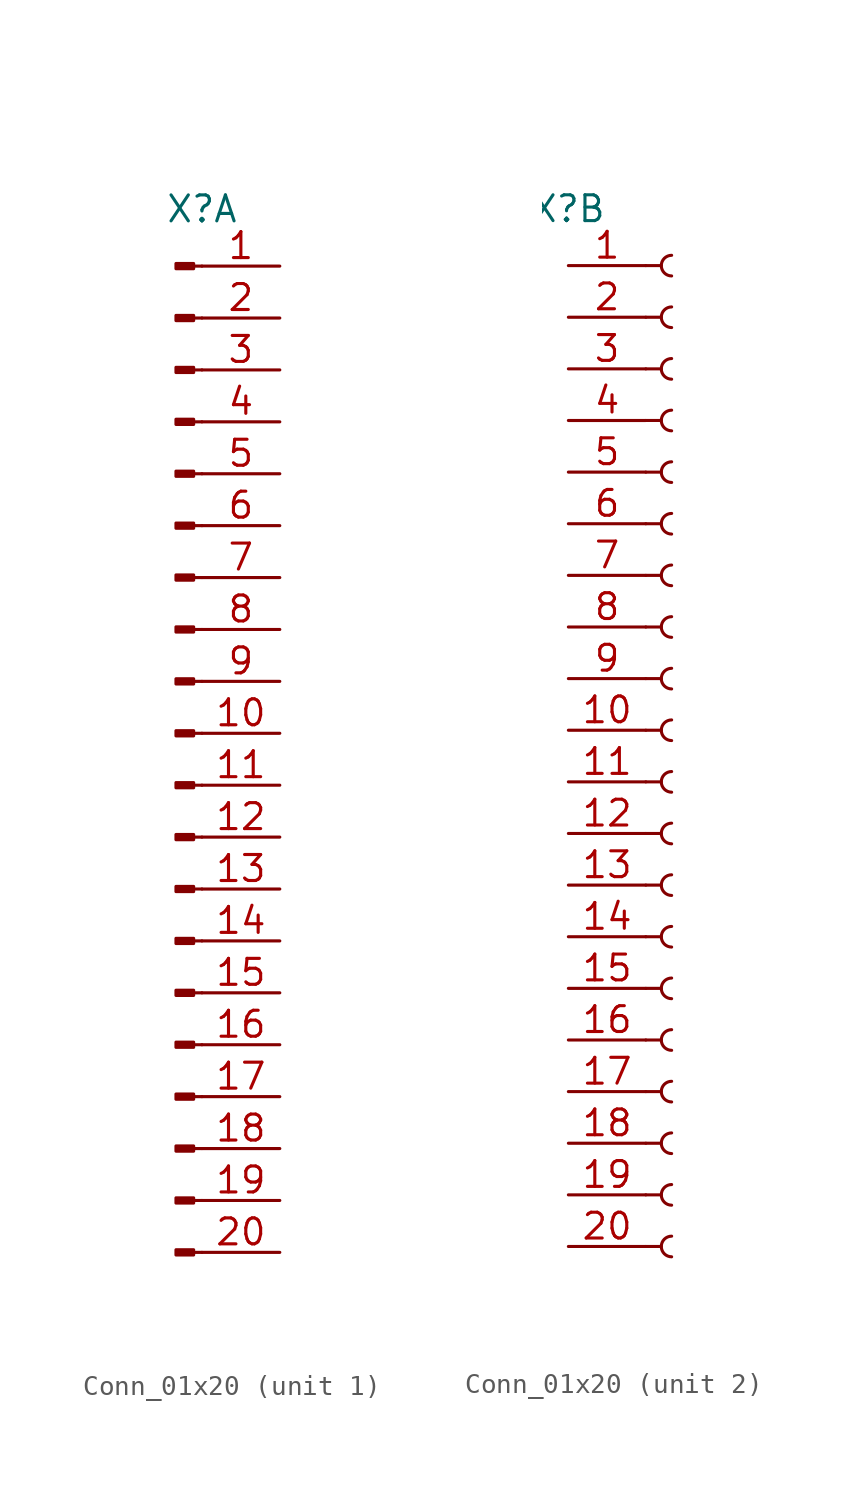
<source format=kicad_sym>
(kicad_symbol_lib
  (version 20241209)
  (generator "kicad_symbol_editor")
  (generator_version "9.0")
  (symbol "Conn_01x20"
    (pin_names
      (offset 1.016)
      (hide yes))
    (property "Reference" "X"
      (at 0 25.654 0)
      (do_not_autoplace)
      (effects (font (size 1.27 1.27))))
    (property "ki_locked" ""
      (at 0 0 0)
      (effects (font (size 1.27 1.27))))
    (symbol "Conn_01x20_1_1"
      (rectangle (start -0.406 22.987) (end -1.27 22.733) (stroke (width 0.152) (type default)) (fill (type outline)))
      (rectangle (start -0.406 20.447) (end -1.27 20.193) (stroke (width 0.152) (type default)) (fill (type outline)))
      (rectangle (start -0.406 17.907) (end -1.27 17.653) (stroke (width 0.152) (type default)) (fill (type outline)))
      (rectangle (start -0.406 15.367) (end -1.27 15.113) (stroke (width 0.152) (type default)) (fill (type outline)))
      (rectangle (start -0.406 12.827) (end -1.27 12.573) (stroke (width 0.152) (type default)) (fill (type outline)))
      (rectangle (start -0.406 10.287) (end -1.27 10.033) (stroke (width 0.152) (type default)) (fill (type outline)))
      (rectangle (start -0.406 7.747) (end -1.27 7.493) (stroke (width 0.152) (type default)) (fill (type outline)))
      (rectangle (start -0.406 5.207) (end -1.27 4.953) (stroke (width 0.152) (type default)) (fill (type outline)))
      (rectangle (start -0.406 2.667) (end -1.27 2.413) (stroke (width 0.152) (type default)) (fill (type outline)))
      (rectangle (start -0.406 0.127) (end -1.27 -0.127) (stroke (width 0.152) (type default)) (fill (type outline)))
      (rectangle (start -0.406 -2.413) (end -1.27 -2.667) (stroke (width 0.152) (type default)) (fill (type outline)))
      (rectangle (start -0.406 -4.953) (end -1.27 -5.207) (stroke (width 0.152) (type default)) (fill (type outline)))
      (rectangle (start -0.406 -7.493) (end -1.27 -7.747) (stroke (width 0.152) (type default)) (fill (type outline)))
      (rectangle (start -0.406 -10.033) (end -1.27 -10.287) (stroke (width 0.152) (type default)) (fill (type outline)))
      (rectangle (start -0.406 -12.573) (end -1.27 -12.827) (stroke (width 0.152) (type default)) (fill (type outline)))
      (rectangle (start -0.406 -15.113) (end -1.27 -15.367) (stroke (width 0.152) (type default)) (fill (type outline)))
      (rectangle (start -0.406 -17.653) (end -1.27 -17.907) (stroke (width 0.152) (type default)) (fill (type outline)))
      (rectangle (start -0.406 -20.193) (end -1.27 -20.447) (stroke (width 0.152) (type default)) (fill (type outline)))
      (rectangle (start -0.406 -22.733) (end -1.27 -22.987) (stroke (width 0.152) (type default)) (fill (type outline)))
      (rectangle (start -0.406 -25.273) (end -1.27 -25.527) (stroke (width 0.152) (type default)) (fill (type outline)))
      (polyline (pts (xy 0 22.86) (xy -0.406 22.86)) (stroke (width 0.152) (type default)) (fill (type none)))
      (polyline (pts (xy 0 20.32) (xy -0.406 20.32)) (stroke (width 0.152) (type default)) (fill (type none)))
      (polyline (pts (xy 0 17.78) (xy -0.406 17.78)) (stroke (width 0.152) (type default)) (fill (type none)))
      (polyline (pts (xy 0 15.24) (xy -0.406 15.24)) (stroke (width 0.152) (type default)) (fill (type none)))
      (polyline (pts (xy 0 12.7) (xy -0.406 12.7)) (stroke (width 0.152) (type default)) (fill (type none)))
      (polyline (pts (xy 0 10.16) (xy -0.406 10.16)) (stroke (width 0.152) (type default)) (fill (type none)))
      (polyline (pts (xy 0 7.62) (xy -0.406 7.62)) (stroke (width 0.152) (type default)) (fill (type none)))
      (polyline (pts (xy 0 5.08) (xy -0.406 5.08)) (stroke (width 0.152) (type default)) (fill (type none)))
      (polyline (pts (xy 0 2.54) (xy -0.406 2.54)) (stroke (width 0.152) (type default)) (fill (type none)))
      (polyline (pts (xy 0 0) (xy -0.406 0)) (stroke (width 0.152) (type default)) (fill (type none)))
      (polyline (pts (xy 0 -2.54) (xy -0.406 -2.54)) (stroke (width 0.152) (type default)) (fill (type none)))
      (polyline (pts (xy 0 -5.08) (xy -0.406 -5.08)) (stroke (width 0.152) (type default)) (fill (type none)))
      (polyline (pts (xy 0 -7.62) (xy -0.406 -7.62)) (stroke (width 0.152) (type default)) (fill (type none)))
      (polyline (pts (xy 0 -10.16) (xy -0.406 -10.16)) (stroke (width 0.152) (type default)) (fill (type none)))
      (polyline (pts (xy 0 -12.7) (xy -0.406 -12.7)) (stroke (width 0.152) (type default)) (fill (type none)))
      (polyline (pts (xy 0 -15.24) (xy -0.406 -15.24)) (stroke (width 0.152) (type default)) (fill (type none)))
      (polyline (pts (xy 0 -17.78) (xy -0.406 -17.78)) (stroke (width 0.152) (type default)) (fill (type none)))
      (polyline (pts (xy 0 -20.32) (xy -0.406 -20.32)) (stroke (width 0.152) (type default)) (fill (type none)))
      (polyline (pts (xy 0 -22.86) (xy -0.406 -22.86)) (stroke (width 0.152) (type default)) (fill (type none)))
      (polyline (pts (xy 0 -25.4) (xy -0.406 -25.4)) (stroke (width 0.152) (type default)) (fill (type none)))
      (pin passive line (at 3.81 22.86 180) (length 3.81) (name "Pin_1" (effects (font (size 1.27 1.27)))) (number "1" (effects (font (size 1.27 1.27)))))
      (pin passive line (at 3.81 20.32 180) (length 3.81) (name "Pin_2" (effects (font (size 1.27 1.27)))) (number "2" (effects (font (size 1.27 1.27)))))
      (pin passive line (at 3.81 17.78 180) (length 3.81) (name "Pin_3" (effects (font (size 1.27 1.27)))) (number "3" (effects (font (size 1.27 1.27)))))
      (pin passive line (at 3.81 15.24 180) (length 3.81) (name "Pin_4" (effects (font (size 1.27 1.27)))) (number "4" (effects (font (size 1.27 1.27)))))
      (pin passive line (at 3.81 12.7 180) (length 3.81) (name "Pin_5" (effects (font (size 1.27 1.27)))) (number "5" (effects (font (size 1.27 1.27)))))
      (pin passive line (at 3.81 10.16 180) (length 3.81) (name "Pin_6" (effects (font (size 1.27 1.27)))) (number "6" (effects (font (size 1.27 1.27)))))
      (pin passive line (at 3.81 7.62 180) (length 3.81) (name "Pin_7" (effects (font (size 1.27 1.27)))) (number "7" (effects (font (size 1.27 1.27)))))
      (pin passive line (at 3.81 5.08 180) (length 3.81) (name "Pin_8" (effects (font (size 1.27 1.27)))) (number "8" (effects (font (size 1.27 1.27)))))
      (pin passive line (at 3.81 2.54 180) (length 3.81) (name "Pin_9" (effects (font (size 1.27 1.27)))) (number "9" (effects (font (size 1.27 1.27)))))
      (pin passive line (at 3.81 0 180) (length 3.81) (name "Pin_10" (effects (font (size 1.27 1.27)))) (number "10" (effects (font (size 1.27 1.27)))))
      (pin passive line (at 3.81 -2.54 180) (length 3.81) (name "Pin_11" (effects (font (size 1.27 1.27)))) (number "11" (effects (font (size 1.27 1.27)))))
      (pin passive line (at 3.81 -5.08 180) (length 3.81) (name "Pin_12" (effects (font (size 1.27 1.27)))) (number "12" (effects (font (size 1.27 1.27)))))
      (pin passive line (at 3.81 -7.62 180) (length 3.81) (name "Pin_13" (effects (font (size 1.27 1.27)))) (number "13" (effects (font (size 1.27 1.27)))))
      (pin passive line (at 3.81 -10.16 180) (length 3.81) (name "Pin_14" (effects (font (size 1.27 1.27)))) (number "14" (effects (font (size 1.27 1.27)))))
      (pin passive line (at 3.81 -12.7 180) (length 3.81) (name "Pin_15" (effects (font (size 1.27 1.27)))) (number "15" (effects (font (size 1.27 1.27)))))
      (pin passive line (at 3.81 -15.24 180) (length 3.81) (name "Pin_16" (effects (font (size 1.27 1.27)))) (number "16" (effects (font (size 1.27 1.27)))))
      (pin passive line (at 3.81 -17.78 180) (length 3.81) (name "Pin_17" (effects (font (size 1.27 1.27)))) (number "17" (effects (font (size 1.27 1.27)))))
      (pin passive line (at 3.81 -20.32 180) (length 3.81) (name "Pin_18" (effects (font (size 1.27 1.27)))) (number "18" (effects (font (size 1.27 1.27)))))
      (pin passive line (at 3.81 -22.86 180) (length 3.81) (name "Pin_19" (effects (font (size 1.27 1.27)))) (number "19" (effects (font (size 1.27 1.27)))))
      (pin passive line (at 3.81 -25.4 180) (length 3.81) (name "Pin_20" (effects (font (size 1.27 1.27)))) (number "20" (effects (font (size 1.27 1.27))))))
    (symbol "Conn_01x20_2_1"
      (polyline (pts (xy 3.81 22.86) (xy 4.572 22.86)) (stroke (width 0.152) (type default)) (fill (type none)))
      (polyline (pts (xy 3.81 20.32) (xy 4.572 20.32)) (stroke (width 0.152) (type default)) (fill (type none)))
      (polyline (pts (xy 3.81 17.78) (xy 4.572 17.78)) (stroke (width 0.152) (type default)) (fill (type none)))
      (polyline (pts (xy 3.81 15.24) (xy 4.572 15.24)) (stroke (width 0.152) (type default)) (fill (type none)))
      (polyline (pts (xy 3.81 12.7) (xy 4.572 12.7)) (stroke (width 0.152) (type default)) (fill (type none)))
      (polyline (pts (xy 3.81 10.16) (xy 4.572 10.16)) (stroke (width 0.152) (type default)) (fill (type none)))
      (polyline (pts (xy 3.81 7.62) (xy 4.572 7.62)) (stroke (width 0.152) (type default)) (fill (type none)))
      (polyline (pts (xy 3.81 5.08) (xy 4.572 5.08)) (stroke (width 0.152) (type default)) (fill (type none)))
      (polyline (pts (xy 3.81 2.54) (xy 4.572 2.54)) (stroke (width 0.152) (type default)) (fill (type none)))
      (polyline (pts (xy 3.81 0) (xy 4.572 0)) (stroke (width 0.152) (type default)) (fill (type none)))
      (polyline (pts (xy 3.81 -2.54) (xy 4.572 -2.54)) (stroke (width 0.152) (type default)) (fill (type none)))
      (polyline (pts (xy 3.81 -5.08) (xy 4.572 -5.08)) (stroke (width 0.152) (type default)) (fill (type none)))
      (polyline (pts (xy 3.81 -7.62) (xy 4.572 -7.62)) (stroke (width 0.152) (type default)) (fill (type none)))
      (polyline (pts (xy 3.81 -10.16) (xy 4.572 -10.16)) (stroke (width 0.152) (type default)) (fill (type none)))
      (polyline (pts (xy 3.81 -12.7) (xy 4.572 -12.7)) (stroke (width 0.152) (type default)) (fill (type none)))
      (polyline (pts (xy 3.81 -15.24) (xy 4.572 -15.24)) (stroke (width 0.152) (type default)) (fill (type none)))
      (polyline (pts (xy 3.81 -17.78) (xy 4.572 -17.78)) (stroke (width 0.152) (type default)) (fill (type none)))
      (polyline (pts (xy 3.81 -20.32) (xy 4.572 -20.32)) (stroke (width 0.152) (type default)) (fill (type none)))
      (polyline (pts (xy 3.81 -22.86) (xy 4.572 -22.86)) (stroke (width 0.152) (type default)) (fill (type none)))
      (polyline (pts (xy 3.81 -25.4) (xy 4.572 -25.4)) (stroke (width 0.152) (type default)) (fill (type none)))
      (arc (start 5.08 22.352) (mid 4.5742 22.86) (end 5.08 23.368) (stroke (width 0.1524) (type default)) (fill (type none)))
      (arc (start 5.08 19.812) (mid 4.5742 20.32) (end 5.08 20.828) (stroke (width 0.1524) (type default)) (fill (type none)))
      (arc (start 5.08 17.272) (mid 4.5742 17.78) (end 5.08 18.288) (stroke (width 0.1524) (type default)) (fill (type none)))
      (arc (start 5.08 14.732) (mid 4.5742 15.24) (end 5.08 15.748) (stroke (width 0.1524) (type default)) (fill (type none)))
      (arc (start 5.08 12.192) (mid 4.5742 12.7) (end 5.08 13.208) (stroke (width 0.1524) (type default)) (fill (type none)))
      (arc (start 5.08 9.652) (mid 4.5742 10.16) (end 5.08 10.668) (stroke (width 0.1524) (type default)) (fill (type none)))
      (arc (start 5.08 7.112) (mid 4.5742 7.62) (end 5.08 8.128) (stroke (width 0.1524) (type default)) (fill (type none)))
      (arc (start 5.08 4.572) (mid 4.5742 5.08) (end 5.08 5.588) (stroke (width 0.1524) (type default)) (fill (type none)))
      (arc (start 5.08 2.032) (mid 4.5742 2.54) (end 5.08 3.048) (stroke (width 0.1524) (type default)) (fill (type none)))
      (arc (start 5.08 -0.508) (mid 4.5742 0) (end 5.08 0.508) (stroke (width 0.1524) (type default)) (fill (type none)))
      (arc (start 5.08 -3.048) (mid 4.5742 -2.54) (end 5.08 -2.032) (stroke (width 0.1524) (type default)) (fill (type none)))
      (arc (start 5.08 -5.588) (mid 4.5742 -5.08) (end 5.08 -4.572) (stroke (width 0.1524) (type default)) (fill (type none)))
      (arc (start 5.08 -8.128) (mid 4.5742 -7.62) (end 5.08 -7.112) (stroke (width 0.1524) (type default)) (fill (type none)))
      (arc (start 5.08 -10.668) (mid 4.5742 -10.16) (end 5.08 -9.652) (stroke (width 0.1524) (type default)) (fill (type none)))
      (arc (start 5.08 -13.208) (mid 4.5742 -12.7) (end 5.08 -12.192) (stroke (width 0.1524) (type default)) (fill (type none)))
      (arc (start 5.08 -15.748) (mid 4.5742 -15.24) (end 5.08 -14.732) (stroke (width 0.1524) (type default)) (fill (type none)))
      (arc (start 5.08 -18.288) (mid 4.5742 -17.78) (end 5.08 -17.272) (stroke (width 0.1524) (type default)) (fill (type none)))
      (arc (start 5.08 -20.828) (mid 4.5742 -20.32) (end 5.08 -19.812) (stroke (width 0.1524) (type default)) (fill (type none)))
      (arc (start 5.08 -23.368) (mid 4.5742 -22.86) (end 5.08 -22.352) (stroke (width 0.1524) (type default)) (fill (type none)))
      (arc (start 5.08 -25.908) (mid 4.5742 -25.4) (end 5.08 -24.892) (stroke (width 0.1524) (type default)) (fill (type none)))
      (pin passive line (at 0 22.86 0) (length 3.81) (name "Pin_1" (effects (font (size 1.27 1.27)))) (number "1" (effects (font (size 1.27 1.27)))))
      (pin passive line (at 0 20.32 0) (length 3.81) (name "Pin_2" (effects (font (size 1.27 1.27)))) (number "2" (effects (font (size 1.27 1.27)))))
      (pin passive line (at 0 17.78 0) (length 3.81) (name "Pin_3" (effects (font (size 1.27 1.27)))) (number "3" (effects (font (size 1.27 1.27)))))
      (pin passive line (at 0 15.24 0) (length 3.81) (name "Pin_4" (effects (font (size 1.27 1.27)))) (number "4" (effects (font (size 1.27 1.27)))))
      (pin passive line (at 0 12.7 0) (length 3.81) (name "Pin_5" (effects (font (size 1.27 1.27)))) (number "5" (effects (font (size 1.27 1.27)))))
      (pin passive line (at 0 10.16 0) (length 3.81) (name "Pin_6" (effects (font (size 1.27 1.27)))) (number "6" (effects (font (size 1.27 1.27)))))
      (pin passive line (at 0 7.62 0) (length 3.81) (name "Pin_7" (effects (font (size 1.27 1.27)))) (number "7" (effects (font (size 1.27 1.27)))))
      (pin passive line (at 0 5.08 0) (length 3.81) (name "Pin_8" (effects (font (size 1.27 1.27)))) (number "8" (effects (font (size 1.27 1.27)))))
      (pin passive line (at 0 2.54 0) (length 3.81) (name "Pin_9" (effects (font (size 1.27 1.27)))) (number "9" (effects (font (size 1.27 1.27)))))
      (pin passive line (at 0 0 0) (length 3.81) (name "Pin_10" (effects (font (size 1.27 1.27)))) (number "10" (effects (font (size 1.27 1.27)))))
      (pin passive line (at 0 -2.54 0) (length 3.81) (name "Pin_11" (effects (font (size 1.27 1.27)))) (number "11" (effects (font (size 1.27 1.27)))))
      (pin passive line (at 0 -5.08 0) (length 3.81) (name "Pin_12" (effects (font (size 1.27 1.27)))) (number "12" (effects (font (size 1.27 1.27)))))
      (pin passive line (at 0 -7.62 0) (length 3.81) (name "Pin_13" (effects (font (size 1.27 1.27)))) (number "13" (effects (font (size 1.27 1.27)))))
      (pin passive line (at 0 -10.16 0) (length 3.81) (name "Pin_14" (effects (font (size 1.27 1.27)))) (number "14" (effects (font (size 1.27 1.27)))))
      (pin passive line (at 0 -12.7 0) (length 3.81) (name "Pin_15" (effects (font (size 1.27 1.27)))) (number "15" (effects (font (size 1.27 1.27)))))
      (pin passive line (at 0 -15.24 0) (length 3.81) (name "Pin_16" (effects (font (size 1.27 1.27)))) (number "16" (effects (font (size 1.27 1.27)))))
      (pin passive line (at 0 -17.78 0) (length 3.81) (name "Pin_17" (effects (font (size 1.27 1.27)))) (number "17" (effects (font (size 1.27 1.27)))))
      (pin passive line (at 0 -20.32 0) (length 3.81) (name "Pin_18" (effects (font (size 1.27 1.27)))) (number "18" (effects (font (size 1.27 1.27)))))
      (pin passive line (at 0 -22.86 0) (length 3.81) (name "Pin_19" (effects (font (size 1.27 1.27)))) (number "19" (effects (font (size 1.27 1.27)))))
      (pin passive line (at 0 -25.4 0) (length 3.81) (name "Pin_20" (effects (font (size 1.27 1.27)))) (number "20" (effects (font (size 1.27 1.27))))))))
</source>
